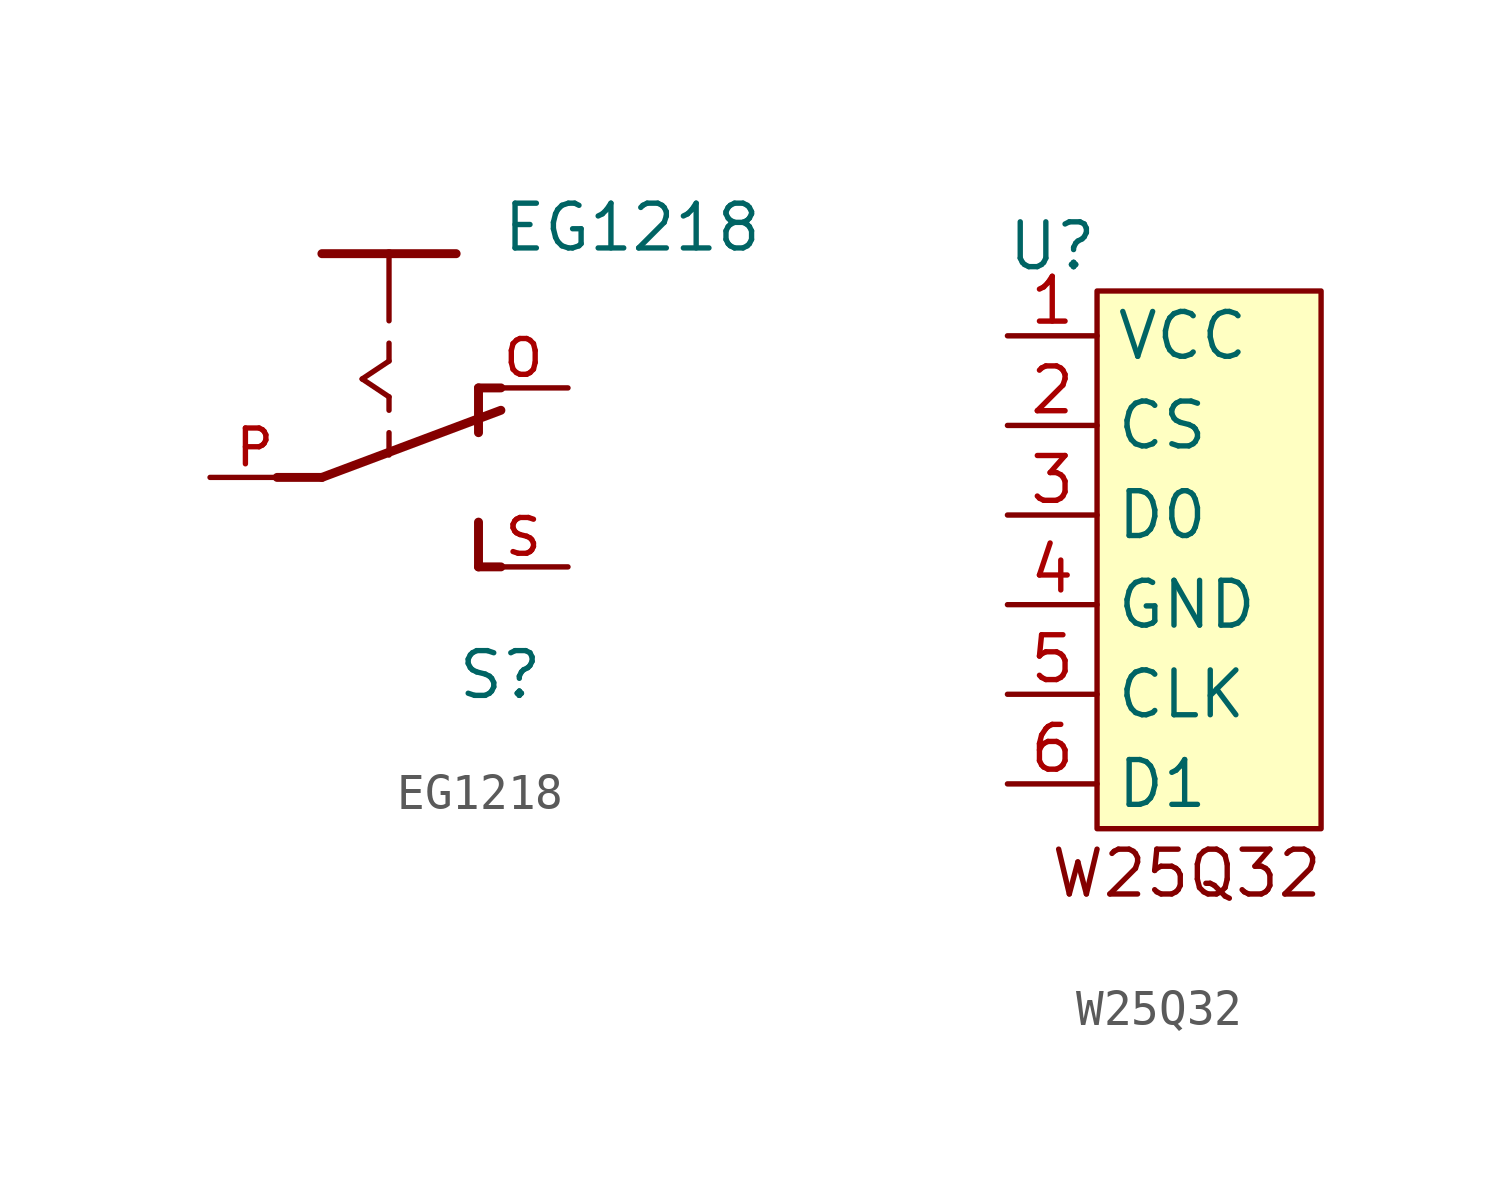
<source format=kicad_sym>
(kicad_symbol_lib
  (version 20220914)
  (generator kicad_symbol_editor)
  (symbol "EG1218"
    (pin_names
      (offset 1.016))
    (property "Reference" "S"
      (at 0.635 -3.81 0)
      (effects (font (size 1.27 1.27)) (justify left bottom)))
    (property "Value" "EG1218"
      (at 1.905 8.89 0)
      (effects (font (size 1.27 1.27)) (justify left bottom)))
    (symbol "EG1218_0_0"
      (polyline (pts (xy -4.445 2.54) (xy -3.175 2.54)) (stroke (width 0.254) (type default)) (fill (type none)))
      (polyline (pts (xy -3.175 2.54) (xy 1.905 4.445)) (stroke (width 0.254) (type default)) (fill (type none)))
      (polyline (pts (xy -2.032 5.334) (xy -1.27 4.826)) (stroke (width 0.152) (type default)) (fill (type none)))
      (polyline (pts (xy -1.27 3.81) (xy -1.27 3.175)) (stroke (width 0.152) (type default)) (fill (type none)))
      (polyline (pts (xy -1.27 4.826) (xy -1.27 4.445)) (stroke (width 0.152) (type default)) (fill (type none)))
      (polyline (pts (xy -1.27 5.842) (xy -2.032 5.334)) (stroke (width 0.152) (type default)) (fill (type none)))
      (polyline (pts (xy -1.27 6.35) (xy -1.27 5.842)) (stroke (width 0.152) (type default)) (fill (type none)))
      (polyline (pts (xy -1.27 8.89) (xy -3.175 8.89)) (stroke (width 0.254) (type default)) (fill (type none)))
      (polyline (pts (xy -1.27 8.89) (xy -1.27 6.985)) (stroke (width 0.152) (type default)) (fill (type none)))
      (polyline (pts (xy 0.635 8.89) (xy -1.27 8.89)) (stroke (width 0.254) (type default)) (fill (type none)))
      (polyline (pts (xy 1.27 0) (xy 1.905 0)) (stroke (width 0.254) (type default)) (fill (type none)))
      (polyline (pts (xy 1.27 1.27) (xy 1.27 0)) (stroke (width 0.254) (type default)) (fill (type none)))
      (polyline (pts (xy 1.27 5.08) (xy 1.27 3.81)) (stroke (width 0.254) (type default)) (fill (type none)))
      (polyline (pts (xy 1.27 5.08) (xy 1.905 5.08)) (stroke (width 0.254) (type default)) (fill (type none)))
      (pin passive line (at 3.81 5.08 180) (length 2.54) (name "~" (effects (font (size 1.016 1.016)))) (number "O" (effects (font (size 1.016 1.016)))))
      (pin passive line (at -6.35 2.54 0) (length 2.54) (name "~" (effects (font (size 1.016 1.016)))) (number "P" (effects (font (size 1.016 1.016)))))
      (pin passive line (at 3.81 0 180) (length 2.54) (name "~" (effects (font (size 1.016 1.016)))) (number "S" (effects (font (size 1.016 1.016)))))))
  (symbol "W25Q32"
    (property "Reference" "U"
      (at 0 5.08 0)
      (effects (font (size 1.27 1.27))))
    (property "Value" ""
      (at 0 0 0)
      (effects (font (size 1.27 1.27))))
    (symbol "W25Q32_0_1"
      (rectangle (start 1.27 3.81) (end 7.62 -11.43) (stroke (width 0) (type default)) (fill (type background)))
      (text "W25Q32" (at 3.81 -12.7 0) (effects (font (size 1.27 1.27)))))
    (symbol "W25Q32_1_1"
      (pin input line (at -1.27 2.54 0) (length 2.54) (name "VCC" (effects (font (size 1.27 1.27)))) (number "1" (effects (font (size 1.27 1.27)))))
      (pin input line (at -1.27 0 0) (length 2.54) (name "CS" (effects (font (size 1.27 1.27)))) (number "2" (effects (font (size 1.27 1.27)))))
      (pin input line (at -1.27 -2.54 0) (length 2.54) (name "D0" (effects (font (size 1.27 1.27)))) (number "3" (effects (font (size 1.27 1.27)))))
      (pin input line (at -1.27 -5.08 0) (length 2.54) (name "GND" (effects (font (size 1.27 1.27)))) (number "4" (effects (font (size 1.27 1.27)))))
      (pin input line (at -1.27 -7.62 0) (length 2.54) (name "CLK" (effects (font (size 1.27 1.27)))) (number "5" (effects (font (size 1.27 1.27)))))
      (pin input line (at -1.27 -10.16 0) (length 2.54) (name "D1" (effects (font (size 1.27 1.27)))) (number "6" (effects (font (size 1.27 1.27))))))))
</source>
